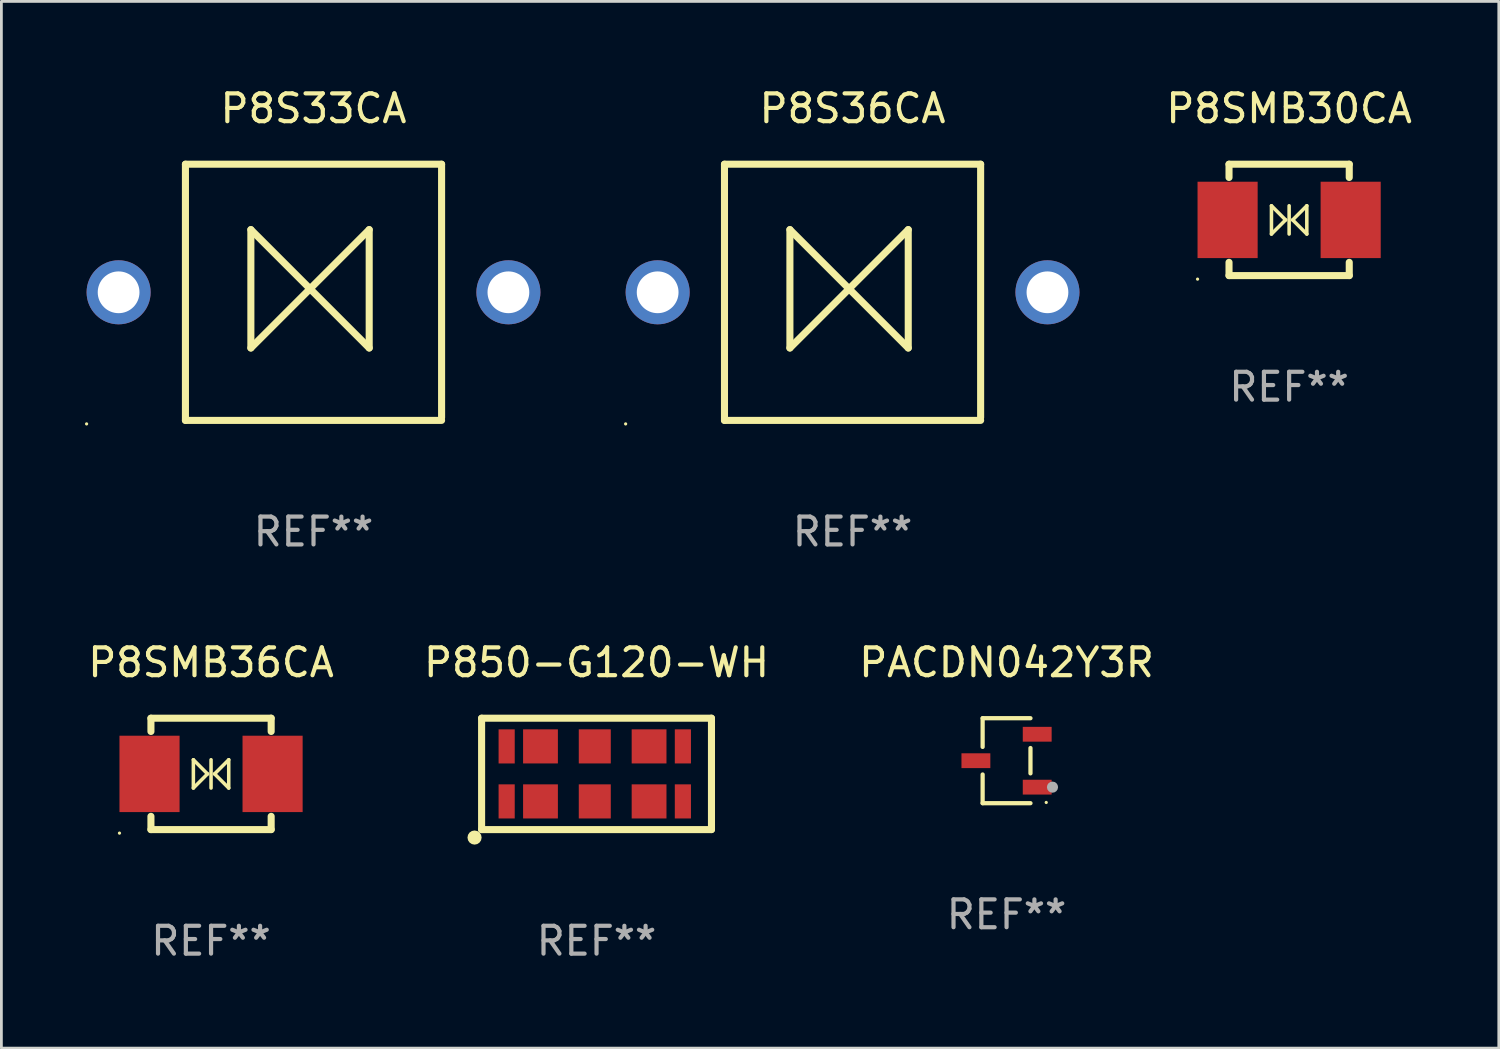
<source format=kicad_pcb>
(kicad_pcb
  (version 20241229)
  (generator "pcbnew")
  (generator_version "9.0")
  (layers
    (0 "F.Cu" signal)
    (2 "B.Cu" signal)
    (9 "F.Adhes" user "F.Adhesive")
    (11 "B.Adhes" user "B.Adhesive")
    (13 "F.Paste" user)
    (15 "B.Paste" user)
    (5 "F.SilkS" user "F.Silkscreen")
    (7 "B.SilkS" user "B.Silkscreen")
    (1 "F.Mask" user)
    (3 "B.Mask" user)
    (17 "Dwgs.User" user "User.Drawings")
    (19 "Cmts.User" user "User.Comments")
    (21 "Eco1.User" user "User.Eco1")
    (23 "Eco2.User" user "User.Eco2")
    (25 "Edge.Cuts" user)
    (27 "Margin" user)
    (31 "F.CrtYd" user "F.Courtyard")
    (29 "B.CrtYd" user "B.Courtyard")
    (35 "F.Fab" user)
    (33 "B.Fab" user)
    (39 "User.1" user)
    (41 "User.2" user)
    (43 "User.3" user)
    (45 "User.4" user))
  (footprint "P8SMB36CA"
    (layer "F.Cu")
    (at 4.53 24.745)
    (property "Reference" "P8SMB36CA" (at 0 -4 0) (layer "F.SilkS") (effects (font (size 1 1) (thickness 0.15))))
    (attr through_hole)
    (fp_line (start -2.159 -2) (end 2.159 -2) (stroke (width 0.254) (type solid)) (layer "F.SilkS"))
    (fp_line (start -2.159 -1.524) (end -2.159 -2) (stroke (width 0.254) (type solid)) (layer "F.SilkS"))
    (fp_line (start -2.159 1.524) (end -2.159 2) (stroke (width 0.254) (type solid)) (layer "F.SilkS"))
    (fp_line (start -2.159 2) (end 2.159 2) (stroke (width 0.254) (type solid)) (layer "F.SilkS"))
    (fp_line (start -0.635 -0.508) (end -0.127 0) (stroke (width 0.127) (type solid)) (layer "F.SilkS"))
    (fp_line (start -0.635 0.508) (end -0.635 -0.508) (stroke (width 0.127) (type solid)) (layer "F.SilkS"))
    (fp_line (start -0.127 0) (end -0.635 0.508) (stroke (width 0.127) (type solid)) (layer "F.SilkS"))
    (fp_line (start 0 0.508) (end 0 -0.508) (stroke (width 0.127) (type solid)) (layer "F.SilkS"))
    (fp_line (start 0.127 0) (end 0.635 -0.508) (stroke (width 0.127) (type solid)) (layer "F.SilkS"))
    (fp_line (start 0.635 -0.508) (end 0.635 0.508) (stroke (width 0.127) (type solid)) (layer "F.SilkS"))
    (fp_line (start 0.635 0.508) (end 0.127 0) (stroke (width 0.127) (type solid)) (layer "F.SilkS"))
    (fp_line (start 2.159 -2) (end 2.159 -1.524) (stroke (width 0.254) (type solid)) (layer "F.SilkS"))
    (fp_line (start 2.159 2) (end 2.159 1.524) (stroke (width 0.254) (type solid)) (layer "F.SilkS"))
    (fp_circle (center -3.289 2.127) (end -3.259 2.127) (stroke (width 0.06) (type solid)) (fill no) (layer "F.SilkS"))
    (fp_text user "REF**" (at 0 6 0) (layer "F.Fab") (effects (font (size 1 1) (thickness 0.15))))
    (pad "1" smd rect (at -2.21 0 180) (size 2.159 2.743) (layers "F.Cu" "F.Mask" "F.Paste"))
    (pad "2" smd rect (at 2.21 0 180) (size 2.159 2.743) (layers "F.Cu" "F.Mask" "F.Paste")))
  (footprint "PACDN042Y3R"
    (layer "F.Cu")
    (at 33.101 24.271)
    (property "Reference" "PACDN042Y3R" (at 0 -3.526 0) (layer "F.SilkS") (effects (font (size 1 1) (thickness 0.15))))
    (attr through_hole)
    (fp_line (start -0.859 -1.526) (end -0.859 -0.495) (stroke (width 0.152) (type solid)) (layer "F.SilkS"))
    (fp_line (start -0.859 1.526) (end -0.859 0.495) (stroke (width 0.152) (type solid)) (layer "F.SilkS"))
    (fp_line (start 0.859 -1.526) (end -0.859 -1.526) (stroke (width 0.152) (type solid)) (layer "F.SilkS"))
    (fp_line (start 0.859 -0.455) (end 0.859 0.455) (stroke (width 0.152) (type solid)) (layer "F.SilkS"))
    (fp_line (start 0.859 1.526) (end -0.859 1.526) (stroke (width 0.152) (type solid)) (layer "F.SilkS"))
    (fp_circle (center 1.425 1.5) (end 1.455 1.5) (stroke (width 0.06) (type solid)) (fill no) (layer "F.SilkS"))
    (fp_circle (center 1.65 0.95) (end 1.75 0.95) (stroke (width 0.2) (type solid)) (fill no) (layer "F.Fab"))
    (fp_text user "REF**" (at 0 5.526 0) (layer "F.Fab") (effects (font (size 1 1) (thickness 0.15))))
    (pad "1" smd rect (at 1.101 0.95) (size 1.037 0.532) (layers "F.Cu" "F.Mask" "F.Paste"))
    (pad "2" smd rect (at 1.101 -0.95) (size 1.037 0.532) (layers "F.Cu" "F.Mask" "F.Paste"))
    (pad "3" smd rect (at -1.101 0) (size 1.037 0.532) (layers "F.Cu" "F.Mask" "F.Paste")))
  (footprint "P850-G120-WH"
    (layer "F.Cu")
    (at 18.375 24.745)
    (property "Reference" "P850-G120-WH" (at 0 -4 0) (layer "F.SilkS") (effects (font (size 1 1) (thickness 0.15))))
    (attr through_hole)
    (fp_line (start -4.128 -2) (end -4.128 2) (stroke (width 0.254) (type solid)) (layer "F.SilkS"))
    (fp_line (start -4.128 -2) (end 4.128 -2) (stroke (width 0.254) (type solid)) (layer "F.SilkS"))
    (fp_line (start -4.128 2) (end 4.128 2) (stroke (width 0.254) (type solid)) (layer "F.SilkS"))
    (fp_line (start 4.128 -2) (end 4.128 2) (stroke (width 0.254) (type solid)) (layer "F.SilkS"))
    (fp_circle (center -4.381 2.286) (end -4.254 2.286) (stroke (width 0.254) (type solid)) (fill no) (layer "F.SilkS"))
    (fp_text user "REF**" (at 0 6 0) (layer "F.Fab") (effects (font (size 1 1) (thickness 0.15))))
    (pad "1" smd rect (at -2.013 0.988) (size 1.25 1.225) (layers "F.Cu" "F.Mask" "F.Paste"))
    (pad "1A" smd rect (at -3.228 0.988) (size 0.58 1.225) (layers "F.Cu" "F.Mask" "F.Paste"))
    (pad "2" smd rect (at -0.063 0.988) (size 1.15 1.225) (layers "F.Cu" "F.Mask" "F.Paste"))
    (pad "3" smd rect (at 1.887 0.988) (size 1.25 1.225) (layers "F.Cu" "F.Mask" "F.Paste"))
    (pad "3A" smd rect (at 3.101 0.988) (size 0.58 1.225) (layers "F.Cu" "F.Mask" "F.Paste"))
    (pad "4" smd rect (at 1.887 -0.988) (size 1.25 1.225) (layers "F.Cu" "F.Mask" "F.Paste"))
    (pad "4A" smd rect (at 3.101 -0.988) (size 0.58 1.225) (layers "F.Cu" "F.Mask" "F.Paste"))
    (pad "5" smd rect (at -0.063 -0.988) (size 1.15 1.225) (layers "F.Cu" "F.Mask" "F.Paste"))
    (pad "6" smd rect (at -2.013 -0.988) (size 1.25 1.225) (layers "F.Cu" "F.Mask" "F.Paste"))
    (pad "6A" smd rect (at -3.228 -0.987) (size 0.58 1.225) (layers "F.Cu" "F.Mask" "F.Paste")))
  (footprint "P8S36CA"
    (layer "F.Cu")
    (at 27.57 7.448)
    (property "Reference" "P8S36CA" (at 0 -6.6 0) (layer "F.SilkS") (effects (font (size 1 1) (thickness 0.15))))
    (attr through_hole)
    (fp_line (start -4.6 -4.6) (end -4.6 4.6) (stroke (width 0.254) (type solid)) (layer "F.SilkS"))
    (fp_line (start -4.6 -4.6) (end 4.6 -4.6) (stroke (width 0.254) (type solid)) (layer "F.SilkS"))
    (fp_line (start -4.6 4.6) (end 4.6 4.6) (stroke (width 0.254) (type solid)) (layer "F.SilkS"))
    (fp_line (start -2.25 -2.25) (end -2.25 2) (stroke (width 0.254) (type solid)) (layer "F.SilkS"))
    (fp_line (start -2.25 2) (end 2 -2.25) (stroke (width 0.254) (type solid)) (layer "F.SilkS"))
    (fp_line (start 2 -2.25) (end 2 2) (stroke (width 0.254) (type solid)) (layer "F.SilkS"))
    (fp_line (start 2 2) (end -2.25 -2.25) (stroke (width 0.254) (type solid)) (layer "F.SilkS"))
    (fp_line (start 4.6 -4.6) (end 4.6 4.5) (stroke (width 0.254) (type solid)) (layer "F.SilkS"))
    (fp_circle (center -8.15 4.727) (end -8.12 4.727) (stroke (width 0.06) (type solid)) (fill no) (layer "F.SilkS"))
    (fp_text user "REF**" (at 0 8.6 0) (layer "F.Fab") (effects (font (size 1 1) (thickness 0.15))))
    (pad "1" thru_hole circle (at -7 0) (size 2.3 2.3) (drill 1.5) (layers "*.Cu" "*.Mask"))
    (pad "2" thru_hole circle (at 7 0) (size 2.3 2.3) (drill 1.5) (layers "*.Cu" "*.Mask")))
  (footprint "P8SMB30CA"
    (layer "F.Cu")
    (at 43.25 4.848)
    (property "Reference" "P8SMB30CA" (at 0 -4 0) (layer "F.SilkS") (effects (font (size 1 1) (thickness 0.15))))
    (attr through_hole)
    (fp_line (start -2.159 -2) (end 2.159 -2) (stroke (width 0.254) (type solid)) (layer "F.SilkS"))
    (fp_line (start -2.159 -1.524) (end -2.159 -2) (stroke (width 0.254) (type solid)) (layer "F.SilkS"))
    (fp_line (start -2.159 1.524) (end -2.159 2) (stroke (width 0.254) (type solid)) (layer "F.SilkS"))
    (fp_line (start -2.159 2) (end 2.159 2) (stroke (width 0.254) (type solid)) (layer "F.SilkS"))
    (fp_line (start -0.635 -0.508) (end -0.127 0) (stroke (width 0.127) (type solid)) (layer "F.SilkS"))
    (fp_line (start -0.635 0.508) (end -0.635 -0.508) (stroke (width 0.127) (type solid)) (layer "F.SilkS"))
    (fp_line (start -0.127 0) (end -0.635 0.508) (stroke (width 0.127) (type solid)) (layer "F.SilkS"))
    (fp_line (start 0 0.508) (end 0 -0.508) (stroke (width 0.127) (type solid)) (layer "F.SilkS"))
    (fp_line (start 0.127 0) (end 0.635 -0.508) (stroke (width 0.127) (type solid)) (layer "F.SilkS"))
    (fp_line (start 0.635 -0.508) (end 0.635 0.508) (stroke (width 0.127) (type solid)) (layer "F.SilkS"))
    (fp_line (start 0.635 0.508) (end 0.127 0) (stroke (width 0.127) (type solid)) (layer "F.SilkS"))
    (fp_line (start 2.159 -2) (end 2.159 -1.524) (stroke (width 0.254) (type solid)) (layer "F.SilkS"))
    (fp_line (start 2.159 2) (end 2.159 1.524) (stroke (width 0.254) (type solid)) (layer "F.SilkS"))
    (fp_circle (center -3.289 2.127) (end -3.259 2.127) (stroke (width 0.06) (type solid)) (fill no) (layer "F.SilkS"))
    (fp_text user "REF**" (at 0 6 0) (layer "F.Fab") (effects (font (size 1 1) (thickness 0.15))))
    (pad "1" smd rect (at -2.21 0 180) (size 2.159 2.743) (layers "F.Cu" "F.Mask" "F.Paste"))
    (pad "2" smd rect (at 2.21 0 180) (size 2.159 2.743) (layers "F.Cu" "F.Mask" "F.Paste")))
  (footprint "P8S33CA"
    (layer "F.Cu")
    (at 8.21 7.448)
    (property "Reference" "P8S33CA" (at 0 -6.6 0) (layer "F.SilkS") (effects (font (size 1 1) (thickness 0.15))))
    (attr through_hole)
    (fp_line (start -4.6 -4.6) (end -4.6 4.6) (stroke (width 0.254) (type solid)) (layer "F.SilkS"))
    (fp_line (start -4.6 -4.6) (end 4.6 -4.6) (stroke (width 0.254) (type solid)) (layer "F.SilkS"))
    (fp_line (start -4.6 4.6) (end 4.6 4.6) (stroke (width 0.254) (type solid)) (layer "F.SilkS"))
    (fp_line (start -2.25 -2.25) (end -2.25 2) (stroke (width 0.254) (type solid)) (layer "F.SilkS"))
    (fp_line (start -2.25 2) (end 2 -2.25) (stroke (width 0.254) (type solid)) (layer "F.SilkS"))
    (fp_line (start 2 -2.25) (end 2 2) (stroke (width 0.254) (type solid)) (layer "F.SilkS"))
    (fp_line (start 2 2) (end -2.25 -2.25) (stroke (width 0.254) (type solid)) (layer "F.SilkS"))
    (fp_line (start 4.6 -4.6) (end 4.6 4.5) (stroke (width 0.254) (type solid)) (layer "F.SilkS"))
    (fp_circle (center -8.15 4.727) (end -8.12 4.727) (stroke (width 0.06) (type solid)) (fill no) (layer "F.SilkS"))
    (fp_text user "REF**" (at 0 8.6 0) (layer "F.Fab") (effects (font (size 1 1) (thickness 0.15))))
    (pad "1" thru_hole circle (at -7 0) (size 2.3 2.3) (drill 1.5) (layers "*.Cu" "*.Mask"))
    (pad "2" thru_hole circle (at 7 0) (size 2.3 2.3) (drill 1.5) (layers "*.Cu" "*.Mask")))
  (gr_rect
    (start -3 -3)
    (end 50.78 34.593)
    (stroke (width 0.1) (type default))
    (fill no)
    (layer "Edge.Cuts")))
</source>
